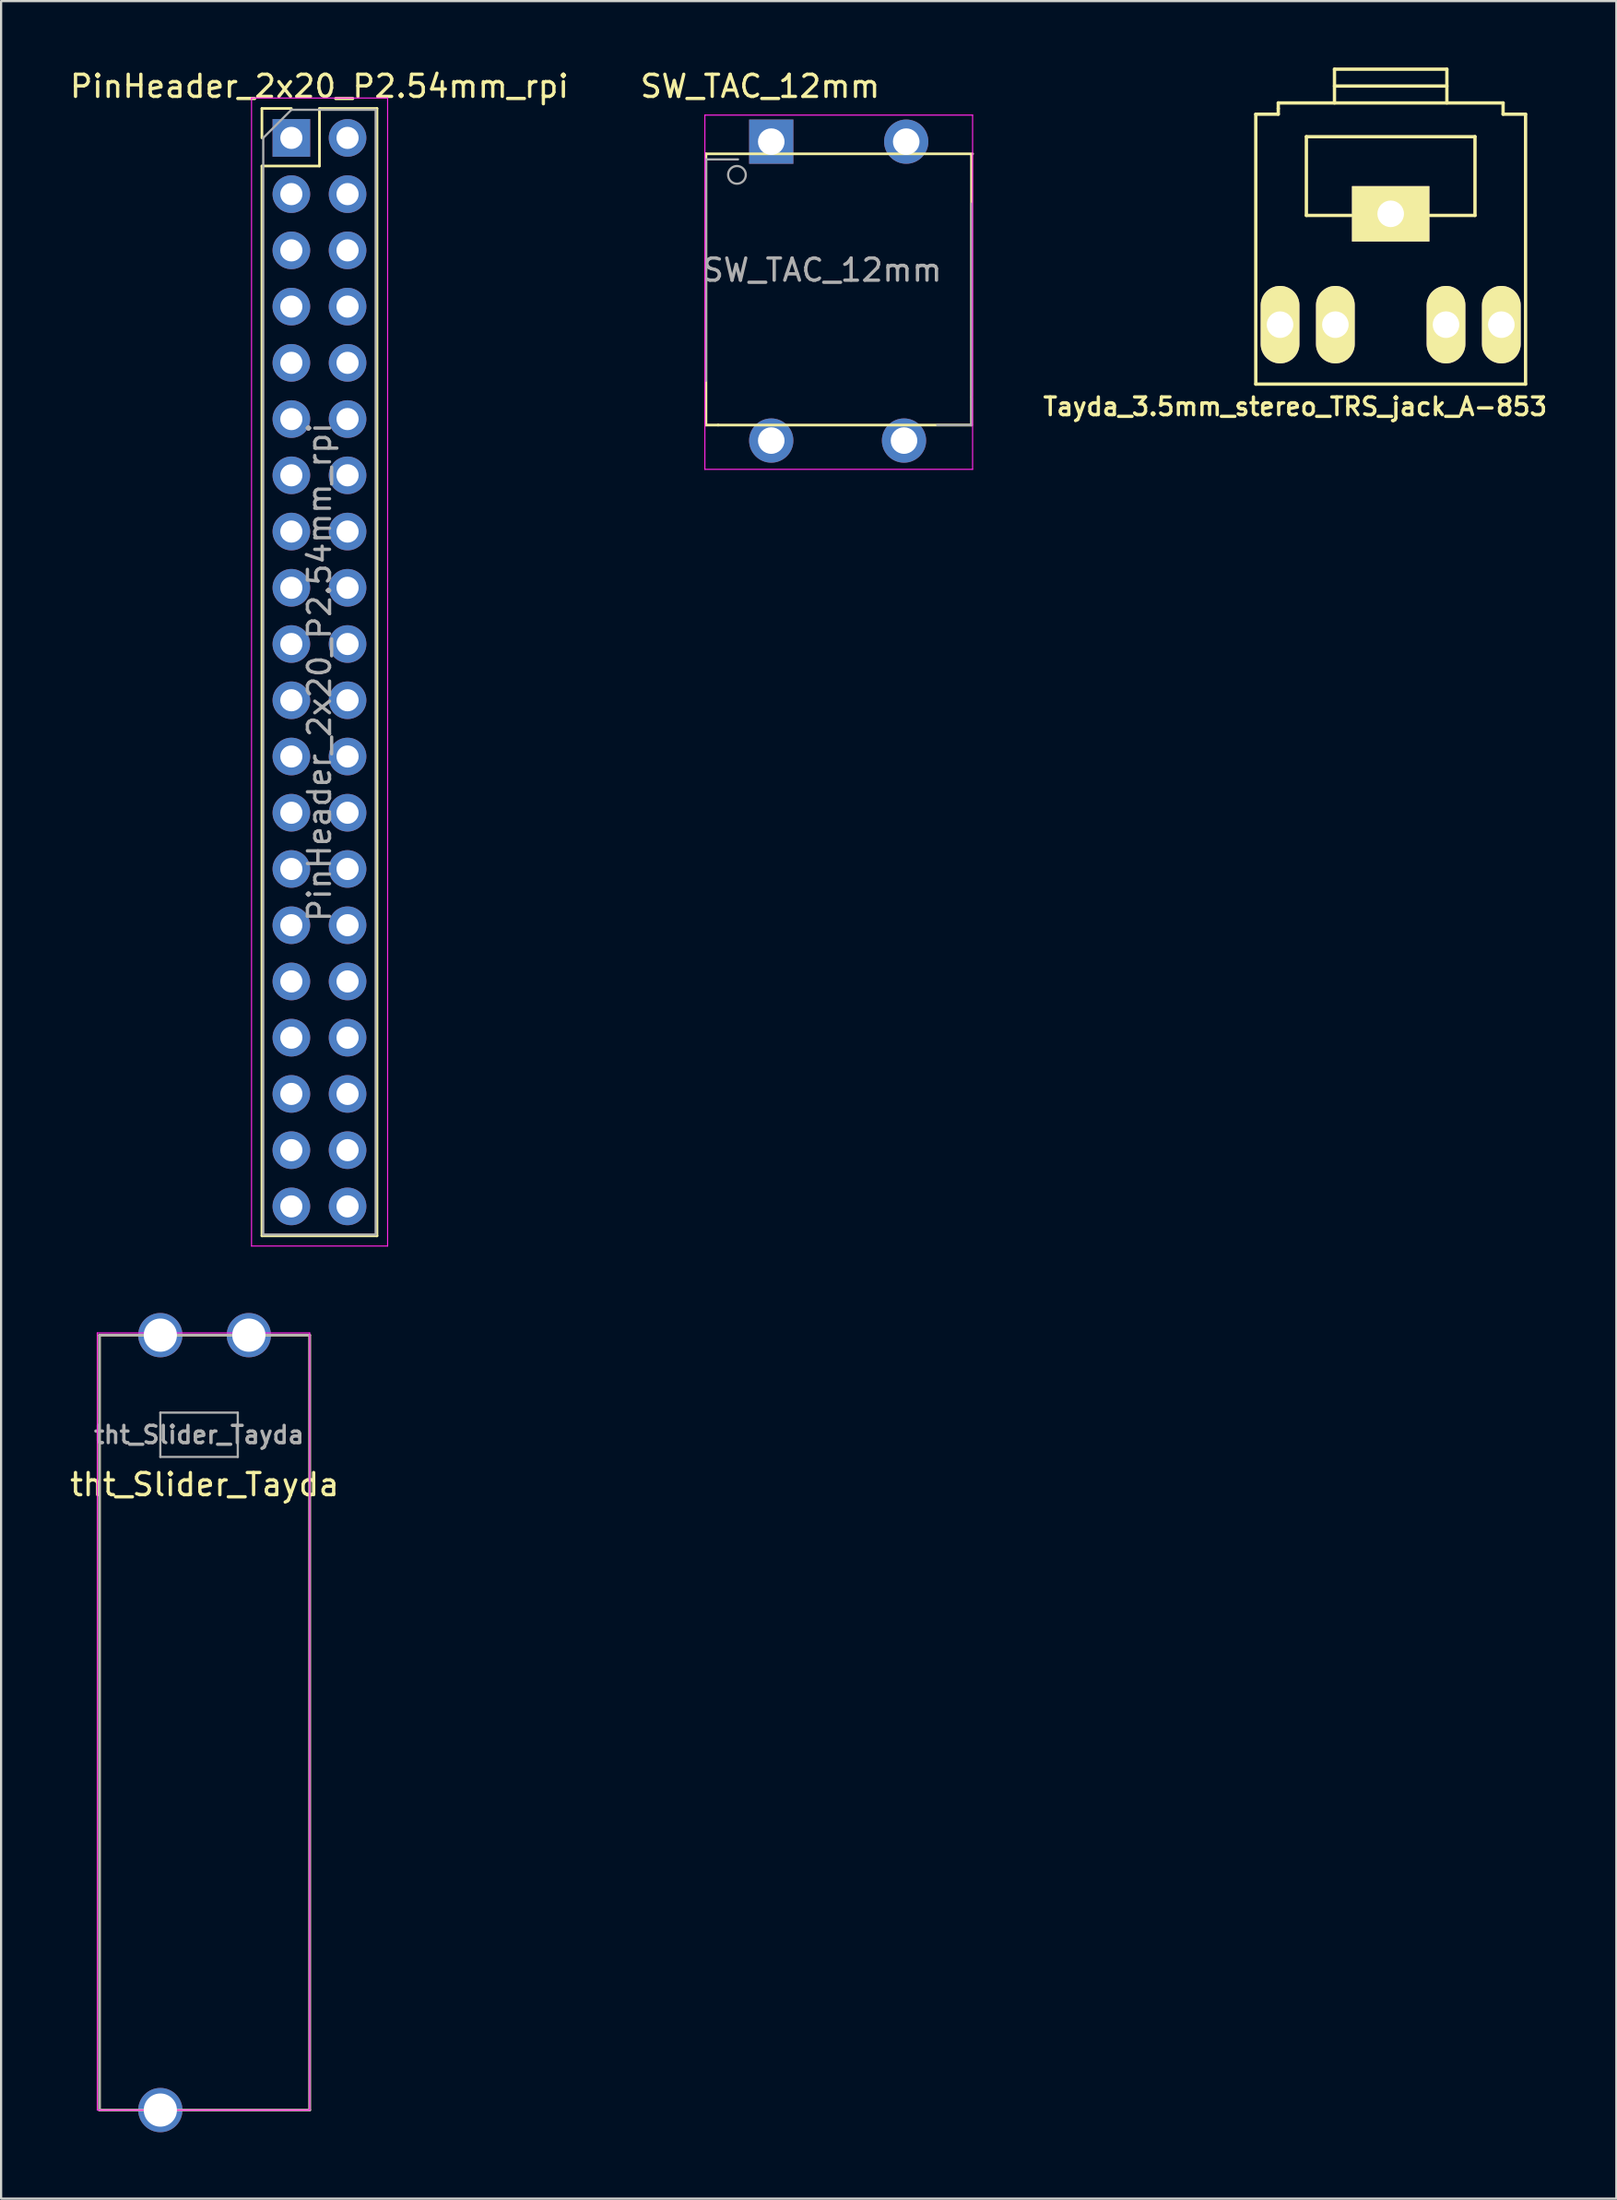
<source format=kicad_pcb>
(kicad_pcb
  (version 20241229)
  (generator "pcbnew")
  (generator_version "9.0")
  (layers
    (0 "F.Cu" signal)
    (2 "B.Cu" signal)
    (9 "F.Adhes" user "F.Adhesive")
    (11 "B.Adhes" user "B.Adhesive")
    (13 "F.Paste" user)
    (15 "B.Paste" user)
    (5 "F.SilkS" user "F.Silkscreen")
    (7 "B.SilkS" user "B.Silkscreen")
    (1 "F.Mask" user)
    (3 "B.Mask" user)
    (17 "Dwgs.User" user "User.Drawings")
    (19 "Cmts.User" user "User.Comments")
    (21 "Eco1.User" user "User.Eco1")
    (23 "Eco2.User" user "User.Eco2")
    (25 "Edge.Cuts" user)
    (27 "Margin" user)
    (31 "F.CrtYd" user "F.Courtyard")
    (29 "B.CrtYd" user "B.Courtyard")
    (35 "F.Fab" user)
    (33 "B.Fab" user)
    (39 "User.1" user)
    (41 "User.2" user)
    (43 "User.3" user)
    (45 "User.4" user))
  (footprint "SW_TAC_12mm"
    (layer "F.Cu")
    (at 30.304 3.348)
    (property "Reference" "SW_TAC_12mm" (at 1 -2.5 180) (layer "F.SilkS") (effects (font (size 1 1) (thickness 0.15))))
    (attr through_hole)
    (fp_line (start -1.45 0.55) (end -1.45 5.8) (stroke (width 0.12) (type solid)) (layer "F.SilkS"))
    (fp_line (start -1.45 12.8) (end -1.45 5.8) (stroke (width 0.12) (type solid)) (layer "F.SilkS"))
    (fp_line (start -0.9 12.8) (end -1.45 12.8) (stroke (width 0.12) (type solid)) (layer "F.SilkS"))
    (fp_line (start -0.9 12.8) (end 10.55 12.8) (stroke (width 0.12) (type solid)) (layer "F.SilkS"))
    (fp_line (start 10.55 0.6) (end 10.55 11.5) (stroke (width 0.12) (type solid)) (layer "F.SilkS"))
    (fp_line (start 10.55 12.8) (end 10.55 11.55) (stroke (width 0.12) (type solid)) (layer "F.SilkS"))
    (fp_line (start 10.6 0.55) (end -1.45 0.55) (stroke (width 0.12) (type solid)) (layer "F.SilkS"))
    (fp_line (start -1.5 -1.2) (end 10.6 -1.2) (stroke (width 0.05) (type solid)) (layer "F.CrtYd"))
    (fp_line (start -1.5 14.8) (end -1.5 -1.2) (stroke (width 0.05) (type solid)) (layer "F.CrtYd"))
    (fp_line (start 10.6 -1.2) (end 10.6 14.8) (stroke (width 0.05) (type solid)) (layer "F.CrtYd"))
    (fp_line (start 10.6 14.8) (end -1.5 14.8) (stroke (width 0.05) (type solid)) (layer "F.CrtYd"))
    (fp_line (start -1.45 0.8) (end 0 0.8) (stroke (width 0.1) (type solid)) (layer "F.Fab"))
    (fp_line (start -1.45 10.8) (end -1.45 0.8) (stroke (width 0.1) (type solid)) (layer "F.Fab"))
    (fp_line (start 10.55 2.8) (end 10.55 12.8) (stroke (width 0.1) (type solid)) (layer "F.Fab"))
    (fp_line (start 10.55 12.8) (end 9 12.8) (stroke (width 0.1) (type solid)) (layer "F.Fab"))
    (fp_circle (center -0.05 1.5) (end -0.05 1.1) (stroke (width 0.1) (type solid)) (fill no) (layer "F.Fab"))
    (fp_text user "${REFERENCE}" (at 3.8 5.8 180) (layer "F.Fab") (effects (font (size 1 1) (thickness 0.15))))
    (pad "1" thru_hole rect (at 1.5 0 90) (size 2 2) (drill 1.2) (layers "*.Cu" "*.Mask"))
    (pad "2" thru_hole circle (at 7.6 0 90) (size 2 2) (drill 1.2) (layers "*.Cu" "*.Mask"))
    (pad "3" thru_hole circle (at 1.5 13.5 90) (size 2 2) (drill 1.2) (layers "*.Cu" "*.Mask"))
    (pad "4" thru_hole circle (at 7.5 13.5 90) (size 2 2) (drill 1.2) (layers "*.Cu" "*.Mask")))
  (footprint "PinHeader_2x20_P2.54mm_rpi"
    (layer "F.Cu")
    (at 10.117 3.178)
    (property "Reference" "PinHeader_2x20_P2.54mm_rpi" (at 1.27 -2.33 0) (layer "F.SilkS") (effects (font (size 1 1) (thickness 0.15))))
    (attr through_hole)
    (fp_line (start -1.33 -1.33) (end 0 -1.33) (stroke (width 0.12) (type solid)) (layer "F.SilkS"))
    (fp_line (start -1.33 0) (end -1.33 -1.33) (stroke (width 0.12) (type solid)) (layer "F.SilkS"))
    (fp_line (start -1.33 1.27) (end -1.33 49.59) (stroke (width 0.12) (type solid)) (layer "F.SilkS"))
    (fp_line (start -1.33 1.27) (end 1.27 1.27) (stroke (width 0.12) (type solid)) (layer "F.SilkS"))
    (fp_line (start -1.33 49.59) (end 3.87 49.59) (stroke (width 0.12) (type solid)) (layer "F.SilkS"))
    (fp_line (start 1.27 -1.33) (end 3.87 -1.33) (stroke (width 0.12) (type solid)) (layer "F.SilkS"))
    (fp_line (start 1.27 1.27) (end 1.27 -1.33) (stroke (width 0.12) (type solid)) (layer "F.SilkS"))
    (fp_line (start 3.87 -1.33) (end 3.87 49.59) (stroke (width 0.12) (type solid)) (layer "F.SilkS"))
    (fp_line (start -1.8 -1.8) (end -1.8 50.05) (stroke (width 0.05) (type solid)) (layer "F.CrtYd"))
    (fp_line (start -1.8 50.05) (end 4.35 50.05) (stroke (width 0.05) (type solid)) (layer "F.CrtYd"))
    (fp_line (start 4.35 -1.8) (end -1.8 -1.8) (stroke (width 0.05) (type solid)) (layer "F.CrtYd"))
    (fp_line (start 4.35 50.05) (end 4.35 -1.8) (stroke (width 0.05) (type solid)) (layer "F.CrtYd"))
    (fp_line (start -1.27 0) (end 0 -1.27) (stroke (width 0.1) (type solid)) (layer "F.Fab"))
    (fp_line (start -1.27 49.53) (end -1.27 0) (stroke (width 0.1) (type solid)) (layer "F.Fab"))
    (fp_line (start 0 -1.27) (end 3.81 -1.27) (stroke (width 0.1) (type solid)) (layer "F.Fab"))
    (fp_line (start 3.81 -1.27) (end 3.81 49.53) (stroke (width 0.1) (type solid)) (layer "F.Fab"))
    (fp_line (start 3.81 49.53) (end -1.27 49.53) (stroke (width 0.1) (type solid)) (layer "F.Fab"))
    (fp_text user "${REFERENCE}" (at 1.27 24.13 90) (layer "F.Fab") (effects (font (size 1 1) (thickness 0.15))))
    (pad "1" thru_hole rect (at 0 0) (size 1.7 1.7) (drill 1) (layers "*.Cu" "*.Mask"))
    (pad "2" thru_hole oval (at 2.54 0) (size 1.7 1.7) (drill 1) (layers "*.Cu" "*.Mask"))
    (pad "3" thru_hole oval (at 0 2.54) (size 1.7 1.7) (drill 1) (layers "*.Cu" "*.Mask"))
    (pad "4" thru_hole oval (at 2.54 2.54) (size 1.7 1.7) (drill 1) (layers "*.Cu" "*.Mask"))
    (pad "5" thru_hole oval (at 0 5.08) (size 1.7 1.7) (drill 1) (layers "*.Cu" "*.Mask"))
    (pad "6" thru_hole oval (at 2.54 5.08) (size 1.7 1.7) (drill 1) (layers "*.Cu" "*.Mask"))
    (pad "7" thru_hole oval (at 0 7.62) (size 1.7 1.7) (drill 1) (layers "*.Cu" "*.Mask"))
    (pad "8" thru_hole oval (at 2.54 7.62) (size 1.7 1.7) (drill 1) (layers "*.Cu" "*.Mask"))
    (pad "9" thru_hole oval (at 0 10.16) (size 1.7 1.7) (drill 1) (layers "*.Cu" "*.Mask"))
    (pad "10" thru_hole oval (at 2.54 10.16) (size 1.7 1.7) (drill 1) (layers "*.Cu" "*.Mask"))
    (pad "11" thru_hole oval (at 0 12.7) (size 1.7 1.7) (drill 1) (layers "*.Cu" "*.Mask"))
    (pad "12" thru_hole oval (at 2.54 12.7) (size 1.7 1.7) (drill 1) (layers "*.Cu" "*.Mask"))
    (pad "13" thru_hole oval (at 0 15.24) (size 1.7 1.7) (drill 1) (layers "*.Cu" "*.Mask"))
    (pad "14" thru_hole oval (at 2.54 15.24) (size 1.7 1.7) (drill 1) (layers "*.Cu" "*.Mask"))
    (pad "15" thru_hole oval (at 0 17.78) (size 1.7 1.7) (drill 1) (layers "*.Cu" "*.Mask"))
    (pad "16" thru_hole oval (at 2.54 17.78) (size 1.7 1.7) (drill 1) (layers "*.Cu" "*.Mask"))
    (pad "17" thru_hole oval (at 0 20.32) (size 1.7 1.7) (drill 1) (layers "*.Cu" "*.Mask"))
    (pad "18" thru_hole oval (at 2.54 20.32) (size 1.7 1.7) (drill 1) (layers "*.Cu" "*.Mask"))
    (pad "19" thru_hole oval (at 0 22.86) (size 1.7 1.7) (drill 1) (layers "*.Cu" "*.Mask"))
    (pad "20" thru_hole oval (at 2.54 22.86) (size 1.7 1.7) (drill 1) (layers "*.Cu" "*.Mask"))
    (pad "21" thru_hole oval (at 0 25.4) (size 1.7 1.7) (drill 1) (layers "*.Cu" "*.Mask"))
    (pad "22" thru_hole oval (at 2.54 25.4) (size 1.7 1.7) (drill 1) (layers "*.Cu" "*.Mask"))
    (pad "23" thru_hole oval (at 0 27.94) (size 1.7 1.7) (drill 1) (layers "*.Cu" "*.Mask"))
    (pad "24" thru_hole oval (at 2.54 27.94) (size 1.7 1.7) (drill 1) (layers "*.Cu" "*.Mask"))
    (pad "25" thru_hole oval (at 0 30.48) (size 1.7 1.7) (drill 1) (layers "*.Cu" "*.Mask"))
    (pad "26" thru_hole oval (at 2.54 30.48) (size 1.7 1.7) (drill 1) (layers "*.Cu" "*.Mask"))
    (pad "27" thru_hole oval (at 0 33.02) (size 1.7 1.7) (drill 1) (layers "*.Cu" "*.Mask"))
    (pad "28" thru_hole oval (at 2.54 33.02) (size 1.7 1.7) (drill 1) (layers "*.Cu" "*.Mask"))
    (pad "29" thru_hole oval (at 0 35.56) (size 1.7 1.7) (drill 1) (layers "*.Cu" "*.Mask"))
    (pad "30" thru_hole oval (at 2.54 35.56) (size 1.7 1.7) (drill 1) (layers "*.Cu" "*.Mask"))
    (pad "31" thru_hole oval (at 0 38.1) (size 1.7 1.7) (drill 1) (layers "*.Cu" "*.Mask"))
    (pad "32" thru_hole oval (at 2.54 38.1) (size 1.7 1.7) (drill 1) (layers "*.Cu" "*.Mask"))
    (pad "33" thru_hole oval (at 0 40.64) (size 1.7 1.7) (drill 1) (layers "*.Cu" "*.Mask"))
    (pad "34" thru_hole oval (at 2.54 40.64) (size 1.7 1.7) (drill 1) (layers "*.Cu" "*.Mask"))
    (pad "35" thru_hole oval (at 0 43.18) (size 1.7 1.7) (drill 1) (layers "*.Cu" "*.Mask"))
    (pad "36" thru_hole oval (at 2.54 43.18) (size 1.7 1.7) (drill 1) (layers "*.Cu" "*.Mask"))
    (pad "37" thru_hole oval (at 0 45.72) (size 1.7 1.7) (drill 1) (layers "*.Cu" "*.Mask"))
    (pad "38" thru_hole oval (at 2.54 45.72) (size 1.7 1.7) (drill 1) (layers "*.Cu" "*.Mask"))
    (pad "39" thru_hole oval (at 0 48.26) (size 1.7 1.7) (drill 1) (layers "*.Cu" "*.Mask"))
    (pad "40" thru_hole oval (at 2.54 48.26) (size 1.7 1.7) (drill 1) (layers "*.Cu" "*.Mask")))
  (footprint "tht_Slider_Tayda"
    (layer "F.Cu")
    (at 2.446 58.253)
    (property "Reference" "tht_Slider_Tayda" (at 3.75 5.75 0) (layer "F.SilkS") (effects (font (size 1 1) (thickness 0.15))))
    (attr through_hole)
    (fp_line (start -1 -1) (end -1 34) (stroke (width 0.12) (type solid)) (layer "F.SilkS"))
    (fp_line (start -1 -1) (end 8.5 -1) (stroke (width 0.12) (type solid)) (layer "F.SilkS"))
    (fp_line (start -1 34) (end 8.5 34) (stroke (width 0.12) (type solid)) (layer "F.SilkS"))
    (fp_line (start 8.5 -1) (end 8.5 34) (stroke (width 0.12) (type solid)) (layer "F.SilkS"))
    (fp_line (start -1.1 -1.1) (end -1.1 34) (stroke (width 0.05) (type solid)) (layer "F.CrtYd"))
    (fp_line (start -1.1 34) (end 8.5 34) (stroke (width 0.05) (type solid)) (layer "F.CrtYd"))
    (fp_line (start 8.5 -1.1) (end -1.1 -1.1) (stroke (width 0.05) (type solid)) (layer "F.CrtYd"))
    (fp_line (start 8.5 34) (end 8.5 -1.1) (stroke (width 0.05) (type solid)) (layer "F.CrtYd"))
    (fp_line (start -1 -1) (end 8.5 -1) (stroke (width 0.1) (type solid)) (layer "F.Fab"))
    (fp_line (start -1 34) (end -1 -1) (stroke (width 0.1) (type solid)) (layer "F.Fab"))
    (fp_line (start 1.75 2.5) (end 1.75 4.5) (stroke (width 0.1) (type solid)) (layer "F.Fab"))
    (fp_line (start 1.75 4.5) (end 5.25 4.5) (stroke (width 0.1) (type solid)) (layer "F.Fab"))
    (fp_line (start 5.25 2.5) (end 1.75 2.5) (stroke (width 0.1) (type solid)) (layer "F.Fab"))
    (fp_line (start 5.25 4.5) (end 5.25 2.5) (stroke (width 0.1) (type solid)) (layer "F.Fab"))
    (fp_line (start 8.5 -1) (end 8.5 34) (stroke (width 0.1) (type solid)) (layer "F.Fab"))
    (fp_line (start 8.5 34) (end -1 34) (stroke (width 0.1) (type solid)) (layer "F.Fab"))
    (fp_text user "${REFERENCE}" (at 3.5 3.5 0) (layer "F.Fab") (effects (font (size 0.78 0.78) (thickness 0.15))))
    (pad "1" thru_hole circle (at 1.75 -1) (size 2 2) (drill 1.5) (layers "*.Cu" "*.Mask"))
    (pad "2" thru_hole circle (at 5.75 -1) (size 2 2) (drill 1.5) (layers "*.Cu" "*.Mask"))
    (pad "3" thru_hole circle (at 1.75 34) (size 2 2) (drill 1.5) (layers "*.Cu" "*.Mask")))
  (footprint "Tayda_3.5mm_stereo_TRS_jack_A-853"
    (layer "F.Cu")
    (at 59.798 8.203)
    (property "Reference" "Tayda_3.5mm_stereo_TRS_jack_A-853" (at -4.318 7.112 0) (layer "F.SilkS") (effects (font (size 0.8 0.8) (thickness 0.15))))
    (attr through_hole)
    (fp_line (start -6.096 6.096) (end -6.096 -6.096) (stroke (width 0.15) (type solid)) (layer "F.SilkS"))
    (fp_line (start -5.08 -6.604) (end 5.08 -6.604) (stroke (width 0.15) (type solid)) (layer "F.SilkS"))
    (fp_line (start -5.08 -6.35) (end -5.08 -6.604) (stroke (width 0.15) (type solid)) (layer "F.SilkS"))
    (fp_line (start -5.08 -6.096) (end -6.096 -6.096) (stroke (width 0.15) (type solid)) (layer "F.SilkS"))
    (fp_line (start -5.08 -6.096) (end -5.08 -6.35) (stroke (width 0.15) (type solid)) (layer "F.SilkS"))
    (fp_line (start -3.81 -5.08) (end 3.81 -5.08) (stroke (width 0.15) (type solid)) (layer "F.SilkS"))
    (fp_line (start -3.81 -1.524) (end -3.81 -5.08) (stroke (width 0.15) (type solid)) (layer "F.SilkS"))
    (fp_line (start -2.54 -8.128) (end -2.54 -6.604) (stroke (width 0.15) (type solid)) (layer "F.SilkS"))
    (fp_line (start -2.54 -8.128) (end 2.54 -8.128) (stroke (width 0.15) (type solid)) (layer "F.SilkS"))
    (fp_line (start -2.54 -7.366) (end 2.54 -7.366) (stroke (width 0.15) (type solid)) (layer "F.SilkS"))
    (fp_line (start -1.778 -1.524) (end -3.81 -1.524) (stroke (width 0.15) (type solid)) (layer "F.SilkS"))
    (fp_line (start 2.54 -6.604) (end 2.54 -8.128) (stroke (width 0.15) (type solid)) (layer "F.SilkS"))
    (fp_line (start 3.81 -5.08) (end 3.81 -1.524) (stroke (width 0.15) (type solid)) (layer "F.SilkS"))
    (fp_line (start 3.81 -1.524) (end 1.778 -1.524) (stroke (width 0.15) (type solid)) (layer "F.SilkS"))
    (fp_line (start 5.08 -6.604) (end 5.08 -6.096) (stroke (width 0.15) (type solid)) (layer "F.SilkS"))
    (fp_line (start 6.096 -6.096) (end 5.08 -6.096) (stroke (width 0.15) (type solid)) (layer "F.SilkS"))
    (fp_line (start 6.096 -6.096) (end 6.096 6.096) (stroke (width 0.15) (type solid)) (layer "F.SilkS"))
    (fp_line (start 6.096 6.096) (end -6.096 6.096) (stroke (width 0.15) (type solid)) (layer "F.SilkS"))
    (pad "R" thru_hole oval (at 5 3.41) (size 1.75 3.5) (drill 1.2) (layers "*.Cu" "*.Mask" "F.SilkS"))
    (pad "RN" thru_hole oval (at 2.5 3.41) (size 1.75 3.5) (drill 1.2) (layers "*.Cu" "*.Mask" "F.SilkS"))
    (pad "S" thru_hole rect (at 0 -1.596) (size 3.5 2.5) (drill 1.2) (layers "*.Cu" "*.Mask" "F.SilkS"))
    (pad "T" thru_hole oval (at -5 3.41) (size 1.75 3.5) (drill 1.2) (layers "*.Cu" "*.Mask" "F.SilkS"))
    (pad "TN" thru_hole oval (at -2.5 3.41) (size 1.75 3.5) (drill 1.2) (layers "*.Cu" "*.Mask" "F.SilkS")))
  (gr_rect
    (start -3 -3)
    (end 69.996 96.253)
    (stroke (width 0.1) (type default))
    (fill no)
    (layer "Edge.Cuts")))
</source>
